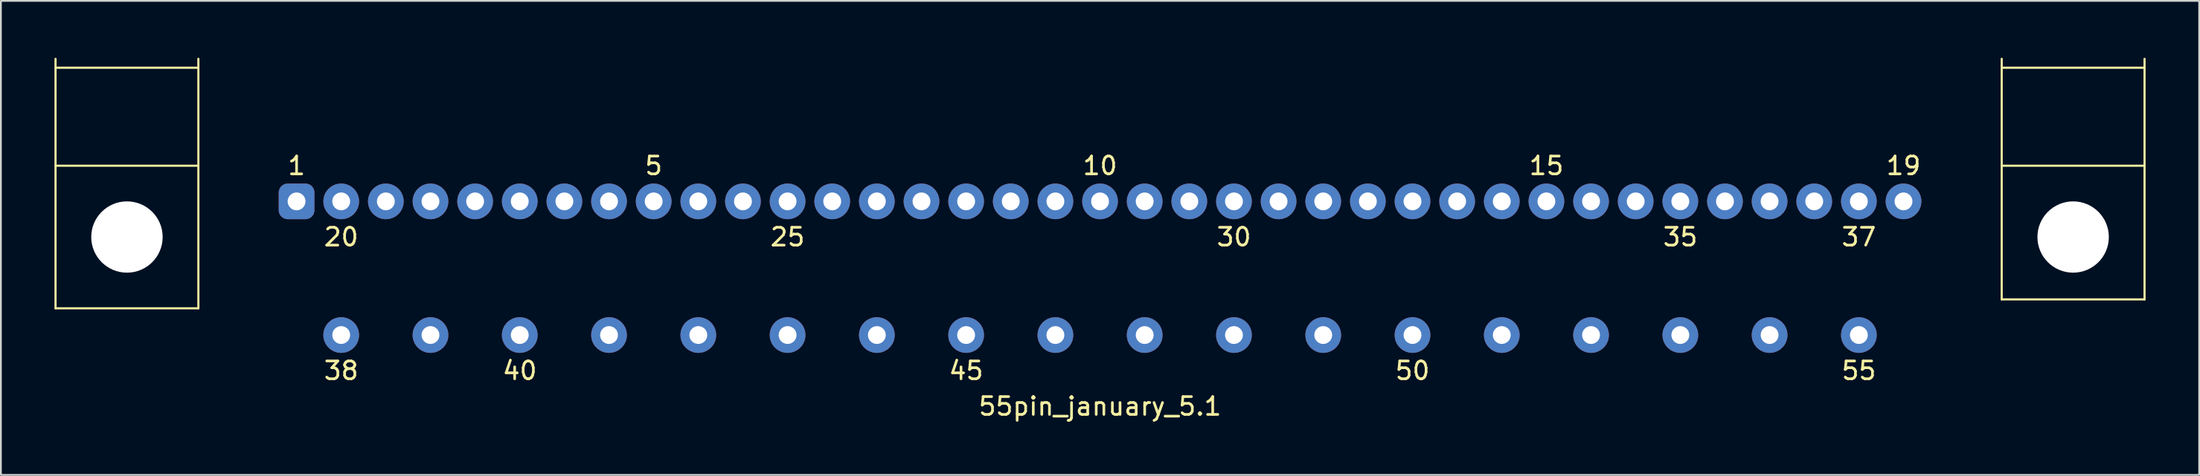
<source format=kicad_pcb>
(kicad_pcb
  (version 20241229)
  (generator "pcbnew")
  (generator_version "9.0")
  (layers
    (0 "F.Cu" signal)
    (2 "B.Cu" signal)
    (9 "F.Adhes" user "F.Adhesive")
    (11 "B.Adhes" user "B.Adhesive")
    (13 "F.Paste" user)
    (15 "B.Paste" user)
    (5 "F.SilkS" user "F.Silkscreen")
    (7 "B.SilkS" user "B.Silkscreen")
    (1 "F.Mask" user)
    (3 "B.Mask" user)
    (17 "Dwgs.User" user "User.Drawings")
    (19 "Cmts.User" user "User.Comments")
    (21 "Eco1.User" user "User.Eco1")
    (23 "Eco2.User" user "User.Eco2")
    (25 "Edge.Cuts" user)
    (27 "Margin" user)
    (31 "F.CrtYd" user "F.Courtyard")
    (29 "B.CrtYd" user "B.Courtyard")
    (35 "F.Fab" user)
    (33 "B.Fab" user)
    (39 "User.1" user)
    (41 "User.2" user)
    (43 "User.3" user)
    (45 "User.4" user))
  (footprint "55pin_january_5.1"
    (layer "F.Cu")
    (at 58.56 0.25)
    (property "Reference" "55pin_january_5.1" (at 0 19.5 0) (layer "F.SilkS") (effects (font (size 1 1) (thickness 0.15))))
    (attr through_hole)
    (fp_line (start -58.5 0) (end -58.5 14) (stroke (width 0.12) (type solid)) (layer "F.SilkS"))
    (fp_line (start -58.5 0.5) (end -50.5 0.5) (stroke (width 0.12) (type solid)) (layer "F.SilkS"))
    (fp_line (start -58.5 6) (end -50.5 6) (stroke (width 0.12) (type solid)) (layer "F.SilkS"))
    (fp_line (start -58.5 14) (end -50.5 14) (stroke (width 0.12) (type solid)) (layer "F.SilkS"))
    (fp_line (start -50.5 14) (end -50.5 0) (stroke (width 0.12) (type solid)) (layer "F.SilkS"))
    (fp_line (start 50.5 0.5) (end 58.5 0.5) (stroke (width 0.12) (type solid)) (layer "F.SilkS"))
    (fp_line (start 50.5 6) (end 58.5 6) (stroke (width 0.12) (type solid)) (layer "F.SilkS"))
    (fp_line (start 50.5 13.5) (end 50.5 0) (stroke (width 0.12) (type solid)) (layer "F.SilkS"))
    (fp_line (start 58.5 0) (end 58.5 13.5) (stroke (width 0.12) (type solid)) (layer "F.SilkS"))
    (fp_line (start 58.5 13.5) (end 50.5 13.5) (stroke (width 0.12) (type solid)) (layer "F.SilkS"))
    (fp_text user "19" (at 45 6 0) (layer "F.SilkS") (effects (font (size 1 1) (thickness 0.15))))
    (fp_text user "55" (at 42.5 17.5 0) (layer "F.SilkS") (effects (font (size 1 1) (thickness 0.15))))
    (fp_text user "30" (at 7.5 10 0) (layer "F.SilkS") (effects (font (size 1 1) (thickness 0.15))))
    (fp_text user "10" (at 0 6 0) (layer "F.SilkS") (effects (font (size 1 1) (thickness 0.15))))
    (fp_text user "50" (at 17.5 17.5 0) (layer "F.SilkS") (effects (font (size 1 1) (thickness 0.15))))
    (fp_text user "37" (at 42.5 10 0) (layer "F.SilkS") (effects (font (size 1 1) (thickness 0.15))))
    (fp_text user "25" (at -17.5 10 0) (layer "F.SilkS") (effects (font (size 1 1) (thickness 0.15))))
    (fp_text user "35" (at 32.5 10 0) (layer "F.SilkS") (effects (font (size 1 1) (thickness 0.15))))
    (fp_text user "1" (at -45 6 0) (layer "F.SilkS") (effects (font (size 1 1) (thickness 0.15))))
    (fp_text user "45" (at -7.5 17.5 0) (layer "F.SilkS") (effects (font (size 1 1) (thickness 0.15))))
    (fp_text user "5" (at -25 6 0) (layer "F.SilkS") (effects (font (size 1 1) (thickness 0.15))))
    (fp_text user "20" (at -42.5 10 0) (layer "F.SilkS") (effects (font (size 1 1) (thickness 0.15))))
    (fp_text user "38" (at -42.5 17.5 0) (layer "F.SilkS") (effects (font (size 1 1) (thickness 0.15))))
    (fp_text user "40" (at -32.5 17.5 0) (layer "F.SilkS") (effects (font (size 1 1) (thickness 0.15))))
    (fp_text user "15" (at 25 6 0) (layer "F.SilkS") (effects (font (size 1 1) (thickness 0.15))))
    (pad "" np_thru_hole circle (at -54.5 10) (size 4 4) (drill 4) (layers "*.Cu" "*.Mask"))
    (pad "" np_thru_hole circle (at 54.5 10) (size 4 4) (drill 4) (layers "*.Cu" "*.Mask"))
    (pad "1" thru_hole roundrect (at -45 8) (size 2 2) (drill 1) (layers "*.Cu" "*.Mask") (roundrect_rratio 0.25))
    (pad "2" thru_hole circle (at -40 8) (size 2 2) (drill 1) (layers "*.Cu" "*.Mask"))
    (pad "3" thru_hole circle (at -35 8) (size 2 2) (drill 1) (layers "*.Cu" "*.Mask"))
    (pad "4" thru_hole circle (at -30 8) (size 2 2) (drill 1) (layers "*.Cu" "*.Mask"))
    (pad "5" thru_hole circle (at -25 8) (size 2 2) (drill 1) (layers "*.Cu" "*.Mask"))
    (pad "6" thru_hole circle (at -20 8) (size 2 2) (drill 1) (layers "*.Cu" "*.Mask"))
    (pad "7" thru_hole circle (at -15 8) (size 2 2) (drill 1) (layers "*.Cu" "*.Mask"))
    (pad "8" thru_hole circle (at -10 8) (size 2 2) (drill 1) (layers "*.Cu" "*.Mask"))
    (pad "9" thru_hole circle (at -5 8) (size 2 2) (drill 1) (layers "*.Cu" "*.Mask"))
    (pad "10" thru_hole circle (at 0 8) (size 2 2) (drill 1) (layers "*.Cu" "*.Mask"))
    (pad "11" thru_hole circle (at 5 8) (size 2 2) (drill 1) (layers "*.Cu" "*.Mask"))
    (pad "12" thru_hole circle (at 10 8) (size 2 2) (drill 1) (layers "*.Cu" "*.Mask"))
    (pad "13" thru_hole circle (at 15 8) (size 2 2) (drill 1) (layers "*.Cu" "*.Mask"))
    (pad "14" thru_hole circle (at 20 8) (size 2 2) (drill 1) (layers "*.Cu" "*.Mask"))
    (pad "15" thru_hole circle (at 25 8) (size 2 2) (drill 1) (layers "*.Cu" "*.Mask"))
    (pad "16" thru_hole circle (at 30 8) (size 2 2) (drill 1) (layers "*.Cu" "*.Mask"))
    (pad "17" thru_hole circle (at 35 8) (size 2 2) (drill 1) (layers "*.Cu" "*.Mask"))
    (pad "18" thru_hole circle (at 40 8) (size 2 2) (drill 1) (layers "*.Cu" "*.Mask"))
    (pad "19" thru_hole circle (at 45 8) (size 2 2) (drill 1) (layers "*.Cu" "*.Mask"))
    (pad "20" thru_hole circle (at -42.5 8) (size 2 2) (drill 1) (layers "*.Cu" "*.Mask"))
    (pad "21" thru_hole circle (at -37.5 8) (size 2 2) (drill 1) (layers "*.Cu" "*.Mask"))
    (pad "22" thru_hole circle (at -32.5 8) (size 2 2) (drill 1) (layers "*.Cu" "*.Mask"))
    (pad "23" thru_hole circle (at -27.5 8) (size 2 2) (drill 1) (layers "*.Cu" "*.Mask"))
    (pad "24" thru_hole circle (at -22.5 8) (size 2 2) (drill 1) (layers "*.Cu" "*.Mask"))
    (pad "25" thru_hole circle (at -17.5 8) (size 2 2) (drill 1) (layers "*.Cu" "*.Mask"))
    (pad "26" thru_hole circle (at -12.5 8) (size 2 2) (drill 1) (layers "*.Cu" "*.Mask"))
    (pad "27" thru_hole circle (at -7.5 8) (size 2 2) (drill 1) (layers "*.Cu" "*.Mask"))
    (pad "28" thru_hole circle (at -2.5 8) (size 2 2) (drill 1) (layers "*.Cu" "*.Mask"))
    (pad "29" thru_hole circle (at 2.5 8) (size 2 2) (drill 1) (layers "*.Cu" "*.Mask"))
    (pad "30" thru_hole circle (at 7.5 8) (size 2 2) (drill 1) (layers "*.Cu" "*.Mask"))
    (pad "31" thru_hole circle (at 12.5 8) (size 2 2) (drill 1) (layers "*.Cu" "*.Mask"))
    (pad "32" thru_hole circle (at 17.5 8) (size 2 2) (drill 1) (layers "*.Cu" "*.Mask"))
    (pad "33" thru_hole circle (at 22.5 8) (size 2 2) (drill 1) (layers "*.Cu" "*.Mask"))
    (pad "34" thru_hole circle (at 27.5 8) (size 2 2) (drill 1) (layers "*.Cu" "*.Mask"))
    (pad "35" thru_hole circle (at 32.5 8) (size 2 2) (drill 1) (layers "*.Cu" "*.Mask"))
    (pad "36" thru_hole circle (at 37.5 8) (size 2 2) (drill 1) (layers "*.Cu" "*.Mask"))
    (pad "37" thru_hole circle (at 42.5 8) (size 2 2) (drill 1) (layers "*.Cu" "*.Mask"))
    (pad "38" thru_hole circle (at -42.5 15.5) (size 2 2) (drill 1) (layers "*.Cu" "*.Mask"))
    (pad "39" thru_hole circle (at -37.5 15.5) (size 2 2) (drill 1) (layers "*.Cu" "*.Mask"))
    (pad "40" thru_hole circle (at -32.5 15.5) (size 2 2) (drill 1) (layers "*.Cu" "*.Mask"))
    (pad "41" thru_hole circle (at -27.5 15.5) (size 2 2) (drill 1) (layers "*.Cu" "*.Mask"))
    (pad "42" thru_hole circle (at -22.5 15.5) (size 2 2) (drill 1) (layers "*.Cu" "*.Mask"))
    (pad "43" thru_hole circle (at -17.5 15.5) (size 2 2) (drill 1) (layers "*.Cu" "*.Mask"))
    (pad "44" thru_hole circle (at -12.5 15.5) (size 2 2) (drill 1) (layers "*.Cu" "*.Mask"))
    (pad "45" thru_hole circle (at -7.5 15.5) (size 2 2) (drill 1) (layers "*.Cu" "*.Mask"))
    (pad "46" thru_hole circle (at -2.5 15.5) (size 2 2) (drill 1) (layers "*.Cu" "*.Mask"))
    (pad "47" thru_hole circle (at 2.5 15.5) (size 2 2) (drill 1) (layers "*.Cu" "*.Mask"))
    (pad "48" thru_hole circle (at 7.5 15.5) (size 2 2) (drill 1) (layers "*.Cu" "*.Mask"))
    (pad "49" thru_hole circle (at 12.5 15.5) (size 2 2) (drill 1) (layers "*.Cu" "*.Mask"))
    (pad "50" thru_hole circle (at 17.5 15.5) (size 2 2) (drill 1) (layers "*.Cu" "*.Mask"))
    (pad "51" thru_hole circle (at 22.5 15.5) (size 2 2) (drill 1) (layers "*.Cu" "*.Mask"))
    (pad "52" thru_hole circle (at 27.5 15.5) (size 2 2) (drill 1) (layers "*.Cu" "*.Mask"))
    (pad "53" thru_hole circle (at 32.5 15.5) (size 2 2) (drill 1) (layers "*.Cu" "*.Mask"))
    (pad "54" thru_hole circle (at 37.5 15.5) (size 2 2) (drill 1) (layers "*.Cu" "*.Mask"))
    (pad "55" thru_hole circle (at 42.5 15.5) (size 2 2) (drill 1) (layers "*.Cu" "*.Mask")))
  (gr_rect
    (start -3 -3)
    (end 120.12 23.598)
    (stroke (width 0.1) (type default))
    (fill no)
    (layer "Edge.Cuts")))
</source>
